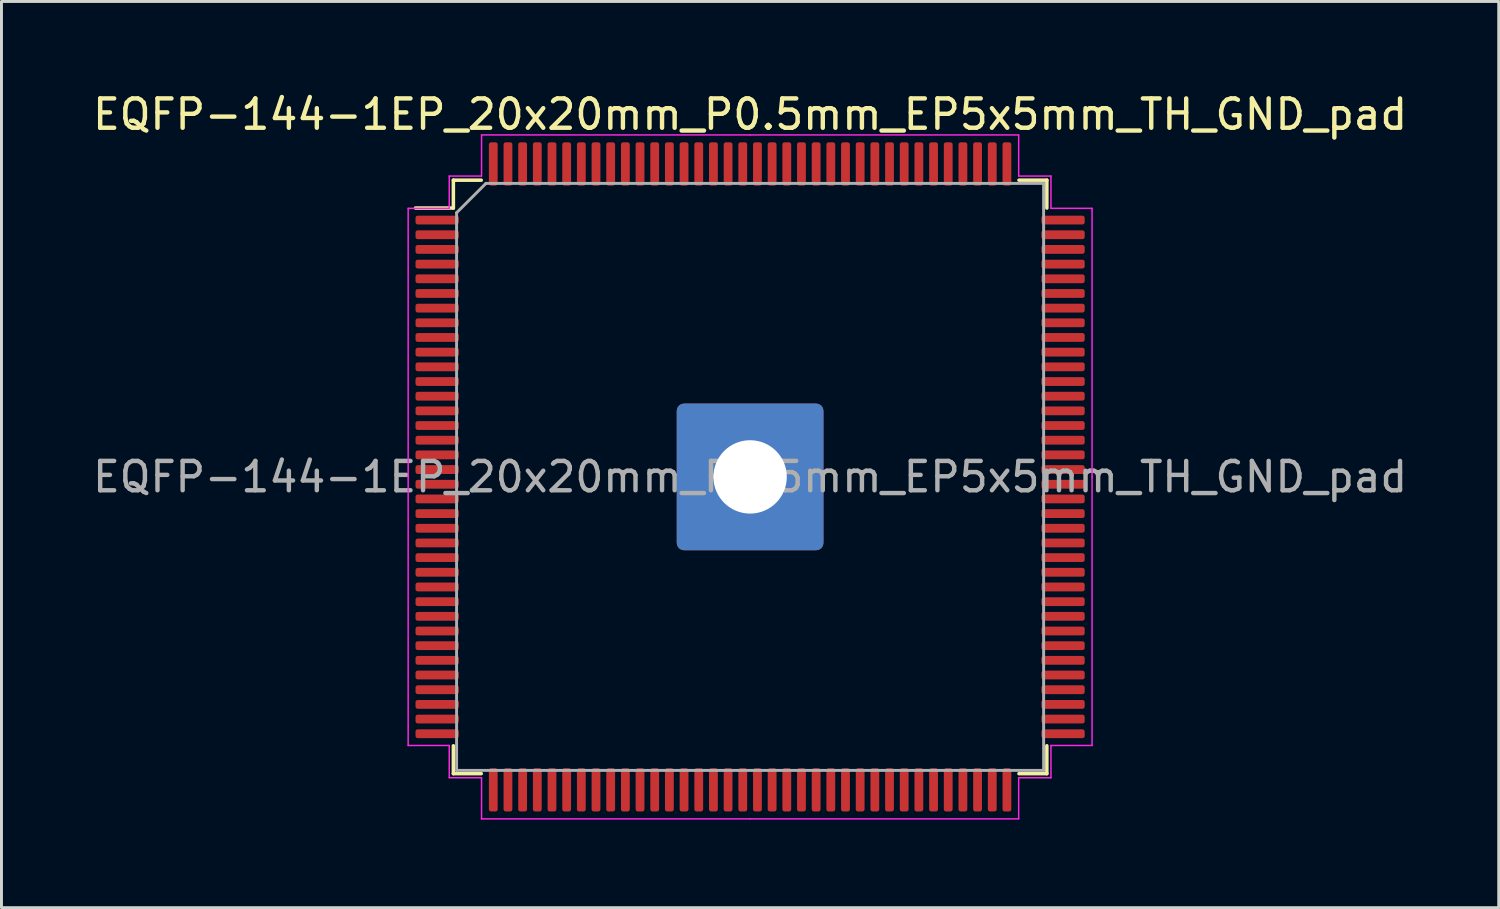
<source format=kicad_pcb>
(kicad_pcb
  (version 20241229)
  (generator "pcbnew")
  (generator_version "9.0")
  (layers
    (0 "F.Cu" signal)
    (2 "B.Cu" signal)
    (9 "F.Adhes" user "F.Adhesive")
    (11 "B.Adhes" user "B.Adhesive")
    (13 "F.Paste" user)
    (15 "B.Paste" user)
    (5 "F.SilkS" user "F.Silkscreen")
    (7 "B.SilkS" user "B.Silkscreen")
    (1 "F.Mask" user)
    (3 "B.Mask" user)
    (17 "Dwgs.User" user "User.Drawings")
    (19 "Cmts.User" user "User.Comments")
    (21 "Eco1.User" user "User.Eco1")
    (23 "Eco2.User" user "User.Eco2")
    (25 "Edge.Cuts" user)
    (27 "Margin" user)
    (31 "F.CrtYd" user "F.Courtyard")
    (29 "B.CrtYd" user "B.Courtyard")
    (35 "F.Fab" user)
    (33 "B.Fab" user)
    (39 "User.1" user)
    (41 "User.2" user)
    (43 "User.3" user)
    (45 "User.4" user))
  (footprint "EQFP-144-1EP_20x20mm_P0.5mm_EP5x5mm_TH_GND_pad"
    (layer "F.Cu")
    (at 22.506 13.198)
    (property "Reference" "EQFP-144-1EP_20x20mm_P0.5mm_EP5x5mm_TH_GND_pad" (at 0 -12.35 0) (layer "F.SilkS") (effects (font (size 1 1) (thickness 0.15))))
    (attr smd)
    (fp_line (start -10.11 -10.11) (end -10.11 -9.16) (stroke (width 0.12) (type solid)) (layer "F.SilkS"))
    (fp_line (start -10.11 -9.16) (end -11.4 -9.16) (stroke (width 0.12) (type solid)) (layer "F.SilkS"))
    (fp_line (start -10.11 10.11) (end -10.11 9.16) (stroke (width 0.12) (type solid)) (layer "F.SilkS"))
    (fp_line (start -9.16 -10.11) (end -10.11 -10.11) (stroke (width 0.12) (type solid)) (layer "F.SilkS"))
    (fp_line (start -9.16 10.11) (end -10.11 10.11) (stroke (width 0.12) (type solid)) (layer "F.SilkS"))
    (fp_line (start 9.16 -10.11) (end 10.11 -10.11) (stroke (width 0.12) (type solid)) (layer "F.SilkS"))
    (fp_line (start 9.16 10.11) (end 10.11 10.11) (stroke (width 0.12) (type solid)) (layer "F.SilkS"))
    (fp_line (start 10.11 -10.11) (end 10.11 -9.16) (stroke (width 0.12) (type solid)) (layer "F.SilkS"))
    (fp_line (start 10.11 10.11) (end 10.11 9.16) (stroke (width 0.12) (type solid)) (layer "F.SilkS"))
    (fp_line (start -11.65 -9.15) (end -11.65 0) (stroke (width 0.05) (type solid)) (layer "F.CrtYd"))
    (fp_line (start -11.65 9.15) (end -11.65 0) (stroke (width 0.05) (type solid)) (layer "F.CrtYd"))
    (fp_line (start -10.25 -10.25) (end -10.25 -9.15) (stroke (width 0.05) (type solid)) (layer "F.CrtYd"))
    (fp_line (start -10.25 -9.15) (end -11.65 -9.15) (stroke (width 0.05) (type solid)) (layer "F.CrtYd"))
    (fp_line (start -10.25 9.15) (end -11.65 9.15) (stroke (width 0.05) (type solid)) (layer "F.CrtYd"))
    (fp_line (start -10.25 10.25) (end -10.25 9.15) (stroke (width 0.05) (type solid)) (layer "F.CrtYd"))
    (fp_line (start -9.15 -11.65) (end -9.15 -10.25) (stroke (width 0.05) (type solid)) (layer "F.CrtYd"))
    (fp_line (start -9.15 -10.25) (end -10.25 -10.25) (stroke (width 0.05) (type solid)) (layer "F.CrtYd"))
    (fp_line (start -9.15 10.25) (end -10.25 10.25) (stroke (width 0.05) (type solid)) (layer "F.CrtYd"))
    (fp_line (start -9.15 11.65) (end -9.15 10.25) (stroke (width 0.05) (type solid)) (layer "F.CrtYd"))
    (fp_line (start 0 -11.65) (end -9.15 -11.65) (stroke (width 0.05) (type solid)) (layer "F.CrtYd"))
    (fp_line (start 0 -11.65) (end 9.15 -11.65) (stroke (width 0.05) (type solid)) (layer "F.CrtYd"))
    (fp_line (start 0 11.65) (end -9.15 11.65) (stroke (width 0.05) (type solid)) (layer "F.CrtYd"))
    (fp_line (start 0 11.65) (end 9.15 11.65) (stroke (width 0.05) (type solid)) (layer "F.CrtYd"))
    (fp_line (start 9.15 -11.65) (end 9.15 -10.25) (stroke (width 0.05) (type solid)) (layer "F.CrtYd"))
    (fp_line (start 9.15 -10.25) (end 10.25 -10.25) (stroke (width 0.05) (type solid)) (layer "F.CrtYd"))
    (fp_line (start 9.15 10.25) (end 10.25 10.25) (stroke (width 0.05) (type solid)) (layer "F.CrtYd"))
    (fp_line (start 9.15 11.65) (end 9.15 10.25) (stroke (width 0.05) (type solid)) (layer "F.CrtYd"))
    (fp_line (start 10.25 -10.25) (end 10.25 -9.15) (stroke (width 0.05) (type solid)) (layer "F.CrtYd"))
    (fp_line (start 10.25 -9.15) (end 11.65 -9.15) (stroke (width 0.05) (type solid)) (layer "F.CrtYd"))
    (fp_line (start 10.25 9.15) (end 11.65 9.15) (stroke (width 0.05) (type solid)) (layer "F.CrtYd"))
    (fp_line (start 10.25 10.25) (end 10.25 9.15) (stroke (width 0.05) (type solid)) (layer "F.CrtYd"))
    (fp_line (start 11.65 -9.15) (end 11.65 0) (stroke (width 0.05) (type solid)) (layer "F.CrtYd"))
    (fp_line (start 11.65 9.15) (end 11.65 0) (stroke (width 0.05) (type solid)) (layer "F.CrtYd"))
    (fp_line (start -10 -9) (end -9 -10) (stroke (width 0.1) (type solid)) (layer "F.Fab"))
    (fp_line (start -10 10) (end -10 -9) (stroke (width 0.1) (type solid)) (layer "F.Fab"))
    (fp_line (start -9 -10) (end 10 -10) (stroke (width 0.1) (type solid)) (layer "F.Fab"))
    (fp_line (start 10 -10) (end 10 10) (stroke (width 0.1) (type solid)) (layer "F.Fab"))
    (fp_line (start 10 10) (end -10 10) (stroke (width 0.1) (type solid)) (layer "F.Fab"))
    (fp_text user "${REFERENCE}" (at 0 0 0) (layer "F.Fab") (effects (font (size 1 1) (thickness 0.15))))
    (pad "" smd roundrect (at -1.875 -1.875) (size 1.01 1.01) (layers "F.Paste") (roundrect_rratio 0.248))
    (pad "" smd roundrect (at -1.875 -0.625) (size 1.01 1.01) (layers "F.Paste") (roundrect_rratio 0.248))
    (pad "" smd roundrect (at -1.875 0.625) (size 1.01 1.01) (layers "F.Paste") (roundrect_rratio 0.248))
    (pad "" smd roundrect (at -1.875 1.875) (size 1.01 1.01) (layers "F.Paste") (roundrect_rratio 0.248))
    (pad "" smd roundrect (at -0.625 -1.875) (size 1.01 1.01) (layers "F.Paste") (roundrect_rratio 0.248))
    (pad "" smd roundrect (at -0.625 -0.625) (size 1.01 1.01) (layers "F.Paste") (roundrect_rratio 0.248))
    (pad "" smd roundrect (at -0.625 0.625) (size 1.01 1.01) (layers "F.Paste") (roundrect_rratio 0.248))
    (pad "" smd roundrect (at -0.625 1.875) (size 1.01 1.01) (layers "F.Paste") (roundrect_rratio 0.248))
    (pad "" smd roundrect (at 0.625 -1.875) (size 1.01 1.01) (layers "F.Paste") (roundrect_rratio 0.248))
    (pad "" smd roundrect (at 0.625 -0.625) (size 1.01 1.01) (layers "F.Paste") (roundrect_rratio 0.248))
    (pad "" smd roundrect (at 0.625 0.625) (size 1.01 1.01) (layers "F.Paste") (roundrect_rratio 0.248))
    (pad "" smd roundrect (at 0.625 1.875) (size 1.01 1.01) (layers "F.Paste") (roundrect_rratio 0.248))
    (pad "" smd roundrect (at 1.875 -1.875) (size 1.01 1.01) (layers "F.Paste") (roundrect_rratio 0.248))
    (pad "" smd roundrect (at 1.875 -0.625) (size 1.01 1.01) (layers "F.Paste") (roundrect_rratio 0.248))
    (pad "" smd roundrect (at 1.875 0.625) (size 1.01 1.01) (layers "F.Paste") (roundrect_rratio 0.248))
    (pad "" smd roundrect (at 1.875 1.875) (size 1.01 1.01) (layers "F.Paste") (roundrect_rratio 0.248))
    (pad "1" smd roundrect (at -10.662 -8.75) (size 1.475 0.3) (layers "F.Cu" "F.Mask" "F.Paste") (roundrect_rratio 0.25))
    (pad "2" smd roundrect (at -10.662 -8.25) (size 1.475 0.3) (layers "F.Cu" "F.Mask" "F.Paste") (roundrect_rratio 0.25))
    (pad "3" smd roundrect (at -10.662 -7.75) (size 1.475 0.3) (layers "F.Cu" "F.Mask" "F.Paste") (roundrect_rratio 0.25))
    (pad "4" smd roundrect (at -10.662 -7.25) (size 1.475 0.3) (layers "F.Cu" "F.Mask" "F.Paste") (roundrect_rratio 0.25))
    (pad "5" smd roundrect (at -10.662 -6.75) (size 1.475 0.3) (layers "F.Cu" "F.Mask" "F.Paste") (roundrect_rratio 0.25))
    (pad "6" smd roundrect (at -10.662 -6.25) (size 1.475 0.3) (layers "F.Cu" "F.Mask" "F.Paste") (roundrect_rratio 0.25))
    (pad "7" smd roundrect (at -10.662 -5.75) (size 1.475 0.3) (layers "F.Cu" "F.Mask" "F.Paste") (roundrect_rratio 0.25))
    (pad "8" smd roundrect (at -10.662 -5.25) (size 1.475 0.3) (layers "F.Cu" "F.Mask" "F.Paste") (roundrect_rratio 0.25))
    (pad "9" smd roundrect (at -10.662 -4.75) (size 1.475 0.3) (layers "F.Cu" "F.Mask" "F.Paste") (roundrect_rratio 0.25))
    (pad "10" smd roundrect (at -10.662 -4.25) (size 1.475 0.3) (layers "F.Cu" "F.Mask" "F.Paste") (roundrect_rratio 0.25))
    (pad "11" smd roundrect (at -10.662 -3.75) (size 1.475 0.3) (layers "F.Cu" "F.Mask" "F.Paste") (roundrect_rratio 0.25))
    (pad "12" smd roundrect (at -10.662 -3.25) (size 1.475 0.3) (layers "F.Cu" "F.Mask" "F.Paste") (roundrect_rratio 0.25))
    (pad "13" smd roundrect (at -10.662 -2.75) (size 1.475 0.3) (layers "F.Cu" "F.Mask" "F.Paste") (roundrect_rratio 0.25))
    (pad "14" smd roundrect (at -10.662 -2.25) (size 1.475 0.3) (layers "F.Cu" "F.Mask" "F.Paste") (roundrect_rratio 0.25))
    (pad "15" smd roundrect (at -10.662 -1.75) (size 1.475 0.3) (layers "F.Cu" "F.Mask" "F.Paste") (roundrect_rratio 0.25))
    (pad "16" smd roundrect (at -10.662 -1.25) (size 1.475 0.3) (layers "F.Cu" "F.Mask" "F.Paste") (roundrect_rratio 0.25))
    (pad "17" smd roundrect (at -10.662 -0.75) (size 1.475 0.3) (layers "F.Cu" "F.Mask" "F.Paste") (roundrect_rratio 0.25))
    (pad "18" smd roundrect (at -10.662 -0.25) (size 1.475 0.3) (layers "F.Cu" "F.Mask" "F.Paste") (roundrect_rratio 0.25))
    (pad "19" smd roundrect (at -10.662 0.25) (size 1.475 0.3) (layers "F.Cu" "F.Mask" "F.Paste") (roundrect_rratio 0.25))
    (pad "20" smd roundrect (at -10.662 0.75) (size 1.475 0.3) (layers "F.Cu" "F.Mask" "F.Paste") (roundrect_rratio 0.25))
    (pad "21" smd roundrect (at -10.662 1.25) (size 1.475 0.3) (layers "F.Cu" "F.Mask" "F.Paste") (roundrect_rratio 0.25))
    (pad "22" smd roundrect (at -10.662 1.75) (size 1.475 0.3) (layers "F.Cu" "F.Mask" "F.Paste") (roundrect_rratio 0.25))
    (pad "23" smd roundrect (at -10.662 2.25) (size 1.475 0.3) (layers "F.Cu" "F.Mask" "F.Paste") (roundrect_rratio 0.25))
    (pad "24" smd roundrect (at -10.662 2.75) (size 1.475 0.3) (layers "F.Cu" "F.Mask" "F.Paste") (roundrect_rratio 0.25))
    (pad "25" smd roundrect (at -10.662 3.25) (size 1.475 0.3) (layers "F.Cu" "F.Mask" "F.Paste") (roundrect_rratio 0.25))
    (pad "26" smd roundrect (at -10.662 3.75) (size 1.475 0.3) (layers "F.Cu" "F.Mask" "F.Paste") (roundrect_rratio 0.25))
    (pad "27" smd roundrect (at -10.662 4.25) (size 1.475 0.3) (layers "F.Cu" "F.Mask" "F.Paste") (roundrect_rratio 0.25))
    (pad "28" smd roundrect (at -10.662 4.75) (size 1.475 0.3) (layers "F.Cu" "F.Mask" "F.Paste") (roundrect_rratio 0.25))
    (pad "29" smd roundrect (at -10.662 5.25) (size 1.475 0.3) (layers "F.Cu" "F.Mask" "F.Paste") (roundrect_rratio 0.25))
    (pad "30" smd roundrect (at -10.662 5.75) (size 1.475 0.3) (layers "F.Cu" "F.Mask" "F.Paste") (roundrect_rratio 0.25))
    (pad "31" smd roundrect (at -10.662 6.25) (size 1.475 0.3) (layers "F.Cu" "F.Mask" "F.Paste") (roundrect_rratio 0.25))
    (pad "32" smd roundrect (at -10.662 6.75) (size 1.475 0.3) (layers "F.Cu" "F.Mask" "F.Paste") (roundrect_rratio 0.25))
    (pad "33" smd roundrect (at -10.662 7.25) (size 1.475 0.3) (layers "F.Cu" "F.Mask" "F.Paste") (roundrect_rratio 0.25))
    (pad "34" smd roundrect (at -10.662 7.75) (size 1.475 0.3) (layers "F.Cu" "F.Mask" "F.Paste") (roundrect_rratio 0.25))
    (pad "35" smd roundrect (at -10.662 8.25) (size 1.475 0.3) (layers "F.Cu" "F.Mask" "F.Paste") (roundrect_rratio 0.25))
    (pad "36" smd roundrect (at -10.662 8.75) (size 1.475 0.3) (layers "F.Cu" "F.Mask" "F.Paste") (roundrect_rratio 0.25))
    (pad "37" smd roundrect (at -8.75 10.662) (size 0.3 1.475) (layers "F.Cu" "F.Mask" "F.Paste") (roundrect_rratio 0.25))
    (pad "38" smd roundrect (at -8.25 10.662) (size 0.3 1.475) (layers "F.Cu" "F.Mask" "F.Paste") (roundrect_rratio 0.25))
    (pad "39" smd roundrect (at -7.75 10.662) (size 0.3 1.475) (layers "F.Cu" "F.Mask" "F.Paste") (roundrect_rratio 0.25))
    (pad "40" smd roundrect (at -7.25 10.662) (size 0.3 1.475) (layers "F.Cu" "F.Mask" "F.Paste") (roundrect_rratio 0.25))
    (pad "41" smd roundrect (at -6.75 10.662) (size 0.3 1.475) (layers "F.Cu" "F.Mask" "F.Paste") (roundrect_rratio 0.25))
    (pad "42" smd roundrect (at -6.25 10.662) (size 0.3 1.475) (layers "F.Cu" "F.Mask" "F.Paste") (roundrect_rratio 0.25))
    (pad "43" smd roundrect (at -5.75 10.662) (size 0.3 1.475) (layers "F.Cu" "F.Mask" "F.Paste") (roundrect_rratio 0.25))
    (pad "44" smd roundrect (at -5.25 10.662) (size 0.3 1.475) (layers "F.Cu" "F.Mask" "F.Paste") (roundrect_rratio 0.25))
    (pad "45" smd roundrect (at -4.75 10.662) (size 0.3 1.475) (layers "F.Cu" "F.Mask" "F.Paste") (roundrect_rratio 0.25))
    (pad "46" smd roundrect (at -4.25 10.662) (size 0.3 1.475) (layers "F.Cu" "F.Mask" "F.Paste") (roundrect_rratio 0.25))
    (pad "47" smd roundrect (at -3.75 10.662) (size 0.3 1.475) (layers "F.Cu" "F.Mask" "F.Paste") (roundrect_rratio 0.25))
    (pad "48" smd roundrect (at -3.25 10.662) (size 0.3 1.475) (layers "F.Cu" "F.Mask" "F.Paste") (roundrect_rratio 0.25))
    (pad "49" smd roundrect (at -2.75 10.662) (size 0.3 1.475) (layers "F.Cu" "F.Mask" "F.Paste") (roundrect_rratio 0.25))
    (pad "50" smd roundrect (at -2.25 10.662) (size 0.3 1.475) (layers "F.Cu" "F.Mask" "F.Paste") (roundrect_rratio 0.25))
    (pad "51" smd roundrect (at -1.75 10.662) (size 0.3 1.475) (layers "F.Cu" "F.Mask" "F.Paste") (roundrect_rratio 0.25))
    (pad "52" smd roundrect (at -1.25 10.662) (size 0.3 1.475) (layers "F.Cu" "F.Mask" "F.Paste") (roundrect_rratio 0.25))
    (pad "53" smd roundrect (at -0.75 10.662) (size 0.3 1.475) (layers "F.Cu" "F.Mask" "F.Paste") (roundrect_rratio 0.25))
    (pad "54" smd roundrect (at -0.25 10.662) (size 0.3 1.475) (layers "F.Cu" "F.Mask" "F.Paste") (roundrect_rratio 0.25))
    (pad "55" smd roundrect (at 0.25 10.662) (size 0.3 1.475) (layers "F.Cu" "F.Mask" "F.Paste") (roundrect_rratio 0.25))
    (pad "56" smd roundrect (at 0.75 10.662) (size 0.3 1.475) (layers "F.Cu" "F.Mask" "F.Paste") (roundrect_rratio 0.25))
    (pad "57" smd roundrect (at 1.25 10.662) (size 0.3 1.475) (layers "F.Cu" "F.Mask" "F.Paste") (roundrect_rratio 0.25))
    (pad "58" smd roundrect (at 1.75 10.662) (size 0.3 1.475) (layers "F.Cu" "F.Mask" "F.Paste") (roundrect_rratio 0.25))
    (pad "59" smd roundrect (at 2.25 10.662) (size 0.3 1.475) (layers "F.Cu" "F.Mask" "F.Paste") (roundrect_rratio 0.25))
    (pad "60" smd roundrect (at 2.75 10.662) (size 0.3 1.475) (layers "F.Cu" "F.Mask" "F.Paste") (roundrect_rratio 0.25))
    (pad "61" smd roundrect (at 3.25 10.662) (size 0.3 1.475) (layers "F.Cu" "F.Mask" "F.Paste") (roundrect_rratio 0.25))
    (pad "62" smd roundrect (at 3.75 10.662) (size 0.3 1.475) (layers "F.Cu" "F.Mask" "F.Paste") (roundrect_rratio 0.25))
    (pad "63" smd roundrect (at 4.25 10.662) (size 0.3 1.475) (layers "F.Cu" "F.Mask" "F.Paste") (roundrect_rratio 0.25))
    (pad "64" smd roundrect (at 4.75 10.662) (size 0.3 1.475) (layers "F.Cu" "F.Mask" "F.Paste") (roundrect_rratio 0.25))
    (pad "65" smd roundrect (at 5.25 10.662) (size 0.3 1.475) (layers "F.Cu" "F.Mask" "F.Paste") (roundrect_rratio 0.25))
    (pad "66" smd roundrect (at 5.75 10.662) (size 0.3 1.475) (layers "F.Cu" "F.Mask" "F.Paste") (roundrect_rratio 0.25))
    (pad "67" smd roundrect (at 6.25 10.662) (size 0.3 1.475) (layers "F.Cu" "F.Mask" "F.Paste") (roundrect_rratio 0.25))
    (pad "68" smd roundrect (at 6.75 10.662) (size 0.3 1.475) (layers "F.Cu" "F.Mask" "F.Paste") (roundrect_rratio 0.25))
    (pad "69" smd roundrect (at 7.25 10.662) (size 0.3 1.475) (layers "F.Cu" "F.Mask" "F.Paste") (roundrect_rratio 0.25))
    (pad "70" smd roundrect (at 7.75 10.662) (size 0.3 1.475) (layers "F.Cu" "F.Mask" "F.Paste") (roundrect_rratio 0.25))
    (pad "71" smd roundrect (at 8.25 10.662) (size 0.3 1.475) (layers "F.Cu" "F.Mask" "F.Paste") (roundrect_rratio 0.25))
    (pad "72" smd roundrect (at 8.75 10.662) (size 0.3 1.475) (layers "F.Cu" "F.Mask" "F.Paste") (roundrect_rratio 0.25))
    (pad "73" smd roundrect (at 10.662 8.75) (size 1.475 0.3) (layers "F.Cu" "F.Mask" "F.Paste") (roundrect_rratio 0.25))
    (pad "74" smd roundrect (at 10.662 8.25) (size 1.475 0.3) (layers "F.Cu" "F.Mask" "F.Paste") (roundrect_rratio 0.25))
    (pad "75" smd roundrect (at 10.662 7.75) (size 1.475 0.3) (layers "F.Cu" "F.Mask" "F.Paste") (roundrect_rratio 0.25))
    (pad "76" smd roundrect (at 10.662 7.25) (size 1.475 0.3) (layers "F.Cu" "F.Mask" "F.Paste") (roundrect_rratio 0.25))
    (pad "77" smd roundrect (at 10.662 6.75) (size 1.475 0.3) (layers "F.Cu" "F.Mask" "F.Paste") (roundrect_rratio 0.25))
    (pad "78" smd roundrect (at 10.662 6.25) (size 1.475 0.3) (layers "F.Cu" "F.Mask" "F.Paste") (roundrect_rratio 0.25))
    (pad "79" smd roundrect (at 10.662 5.75) (size 1.475 0.3) (layers "F.Cu" "F.Mask" "F.Paste") (roundrect_rratio 0.25))
    (pad "80" smd roundrect (at 10.662 5.25) (size 1.475 0.3) (layers "F.Cu" "F.Mask" "F.Paste") (roundrect_rratio 0.25))
    (pad "81" smd roundrect (at 10.662 4.75) (size 1.475 0.3) (layers "F.Cu" "F.Mask" "F.Paste") (roundrect_rratio 0.25))
    (pad "82" smd roundrect (at 10.662 4.25) (size 1.475 0.3) (layers "F.Cu" "F.Mask" "F.Paste") (roundrect_rratio 0.25))
    (pad "83" smd roundrect (at 10.662 3.75) (size 1.475 0.3) (layers "F.Cu" "F.Mask" "F.Paste") (roundrect_rratio 0.25))
    (pad "84" smd roundrect (at 10.662 3.25) (size 1.475 0.3) (layers "F.Cu" "F.Mask" "F.Paste") (roundrect_rratio 0.25))
    (pad "85" smd roundrect (at 10.662 2.75) (size 1.475 0.3) (layers "F.Cu" "F.Mask" "F.Paste") (roundrect_rratio 0.25))
    (pad "86" smd roundrect (at 10.662 2.25) (size 1.475 0.3) (layers "F.Cu" "F.Mask" "F.Paste") (roundrect_rratio 0.25))
    (pad "87" smd roundrect (at 10.662 1.75) (size 1.475 0.3) (layers "F.Cu" "F.Mask" "F.Paste") (roundrect_rratio 0.25))
    (pad "88" smd roundrect (at 10.662 1.25) (size 1.475 0.3) (layers "F.Cu" "F.Mask" "F.Paste") (roundrect_rratio 0.25))
    (pad "89" smd roundrect (at 10.662 0.75) (size 1.475 0.3) (layers "F.Cu" "F.Mask" "F.Paste") (roundrect_rratio 0.25))
    (pad "90" smd roundrect (at 10.662 0.25) (size 1.475 0.3) (layers "F.Cu" "F.Mask" "F.Paste") (roundrect_rratio 0.25))
    (pad "91" smd roundrect (at 10.662 -0.25) (size 1.475 0.3) (layers "F.Cu" "F.Mask" "F.Paste") (roundrect_rratio 0.25))
    (pad "92" smd roundrect (at 10.662 -0.75) (size 1.475 0.3) (layers "F.Cu" "F.Mask" "F.Paste") (roundrect_rratio 0.25))
    (pad "93" smd roundrect (at 10.662 -1.25) (size 1.475 0.3) (layers "F.Cu" "F.Mask" "F.Paste") (roundrect_rratio 0.25))
    (pad "94" smd roundrect (at 10.662 -1.75) (size 1.475 0.3) (layers "F.Cu" "F.Mask" "F.Paste") (roundrect_rratio 0.25))
    (pad "95" smd roundrect (at 10.662 -2.25) (size 1.475 0.3) (layers "F.Cu" "F.Mask" "F.Paste") (roundrect_rratio 0.25))
    (pad "96" smd roundrect (at 10.662 -2.75) (size 1.475 0.3) (layers "F.Cu" "F.Mask" "F.Paste") (roundrect_rratio 0.25))
    (pad "97" smd roundrect (at 10.662 -3.25) (size 1.475 0.3) (layers "F.Cu" "F.Mask" "F.Paste") (roundrect_rratio 0.25))
    (pad "98" smd roundrect (at 10.662 -3.75) (size 1.475 0.3) (layers "F.Cu" "F.Mask" "F.Paste") (roundrect_rratio 0.25))
    (pad "99" smd roundrect (at 10.662 -4.25) (size 1.475 0.3) (layers "F.Cu" "F.Mask" "F.Paste") (roundrect_rratio 0.25))
    (pad "100" smd roundrect (at 10.662 -4.75) (size 1.475 0.3) (layers "F.Cu" "F.Mask" "F.Paste") (roundrect_rratio 0.25))
    (pad "101" smd roundrect (at 10.662 -5.25) (size 1.475 0.3) (layers "F.Cu" "F.Mask" "F.Paste") (roundrect_rratio 0.25))
    (pad "102" smd roundrect (at 10.662 -5.75) (size 1.475 0.3) (layers "F.Cu" "F.Mask" "F.Paste") (roundrect_rratio 0.25))
    (pad "103" smd roundrect (at 10.662 -6.25) (size 1.475 0.3) (layers "F.Cu" "F.Mask" "F.Paste") (roundrect_rratio 0.25))
    (pad "104" smd roundrect (at 10.662 -6.75) (size 1.475 0.3) (layers "F.Cu" "F.Mask" "F.Paste") (roundrect_rratio 0.25))
    (pad "105" smd roundrect (at 10.662 -7.25) (size 1.475 0.3) (layers "F.Cu" "F.Mask" "F.Paste") (roundrect_rratio 0.25))
    (pad "106" smd roundrect (at 10.662 -7.75) (size 1.475 0.3) (layers "F.Cu" "F.Mask" "F.Paste") (roundrect_rratio 0.25))
    (pad "107" smd roundrect (at 10.662 -8.25) (size 1.475 0.3) (layers "F.Cu" "F.Mask" "F.Paste") (roundrect_rratio 0.25))
    (pad "108" smd roundrect (at 10.662 -8.75) (size 1.475 0.3) (layers "F.Cu" "F.Mask" "F.Paste") (roundrect_rratio 0.25))
    (pad "109" smd roundrect (at 8.75 -10.662) (size 0.3 1.475) (layers "F.Cu" "F.Mask" "F.Paste") (roundrect_rratio 0.25))
    (pad "110" smd roundrect (at 8.25 -10.662) (size 0.3 1.475) (layers "F.Cu" "F.Mask" "F.Paste") (roundrect_rratio 0.25))
    (pad "111" smd roundrect (at 7.75 -10.662) (size 0.3 1.475) (layers "F.Cu" "F.Mask" "F.Paste") (roundrect_rratio 0.25))
    (pad "112" smd roundrect (at 7.25 -10.662) (size 0.3 1.475) (layers "F.Cu" "F.Mask" "F.Paste") (roundrect_rratio 0.25))
    (pad "113" smd roundrect (at 6.75 -10.662) (size 0.3 1.475) (layers "F.Cu" "F.Mask" "F.Paste") (roundrect_rratio 0.25))
    (pad "114" smd roundrect (at 6.25 -10.662) (size 0.3 1.475) (layers "F.Cu" "F.Mask" "F.Paste") (roundrect_rratio 0.25))
    (pad "115" smd roundrect (at 5.75 -10.662) (size 0.3 1.475) (layers "F.Cu" "F.Mask" "F.Paste") (roundrect_rratio 0.25))
    (pad "116" smd roundrect (at 5.25 -10.662) (size 0.3 1.475) (layers "F.Cu" "F.Mask" "F.Paste") (roundrect_rratio 0.25))
    (pad "117" smd roundrect (at 4.75 -10.662) (size 0.3 1.475) (layers "F.Cu" "F.Mask" "F.Paste") (roundrect_rratio 0.25))
    (pad "118" smd roundrect (at 4.25 -10.662) (size 0.3 1.475) (layers "F.Cu" "F.Mask" "F.Paste") (roundrect_rratio 0.25))
    (pad "119" smd roundrect (at 3.75 -10.662) (size 0.3 1.475) (layers "F.Cu" "F.Mask" "F.Paste") (roundrect_rratio 0.25))
    (pad "120" smd roundrect (at 3.25 -10.662) (size 0.3 1.475) (layers "F.Cu" "F.Mask" "F.Paste") (roundrect_rratio 0.25))
    (pad "121" smd roundrect (at 2.75 -10.662) (size 0.3 1.475) (layers "F.Cu" "F.Mask" "F.Paste") (roundrect_rratio 0.25))
    (pad "122" smd roundrect (at 2.25 -10.662) (size 0.3 1.475) (layers "F.Cu" "F.Mask" "F.Paste") (roundrect_rratio 0.25))
    (pad "123" smd roundrect (at 1.75 -10.662) (size 0.3 1.475) (layers "F.Cu" "F.Mask" "F.Paste") (roundrect_rratio 0.25))
    (pad "124" smd roundrect (at 1.25 -10.662) (size 0.3 1.475) (layers "F.Cu" "F.Mask" "F.Paste") (roundrect_rratio 0.25))
    (pad "125" smd roundrect (at 0.75 -10.662) (size 0.3 1.475) (layers "F.Cu" "F.Mask" "F.Paste") (roundrect_rratio 0.25))
    (pad "126" smd roundrect (at 0.25 -10.662) (size 0.3 1.475) (layers "F.Cu" "F.Mask" "F.Paste") (roundrect_rratio 0.25))
    (pad "127" smd roundrect (at -0.25 -10.662) (size 0.3 1.475) (layers "F.Cu" "F.Mask" "F.Paste") (roundrect_rratio 0.25))
    (pad "128" smd roundrect (at -0.75 -10.662) (size 0.3 1.475) (layers "F.Cu" "F.Mask" "F.Paste") (roundrect_rratio 0.25))
    (pad "129" smd roundrect (at -1.25 -10.662) (size 0.3 1.475) (layers "F.Cu" "F.Mask" "F.Paste") (roundrect_rratio 0.25))
    (pad "130" smd roundrect (at -1.75 -10.662) (size 0.3 1.475) (layers "F.Cu" "F.Mask" "F.Paste") (roundrect_rratio 0.25))
    (pad "131" smd roundrect (at -2.25 -10.662) (size 0.3 1.475) (layers "F.Cu" "F.Mask" "F.Paste") (roundrect_rratio 0.25))
    (pad "132" smd roundrect (at -2.75 -10.662) (size 0.3 1.475) (layers "F.Cu" "F.Mask" "F.Paste") (roundrect_rratio 0.25))
    (pad "133" smd roundrect (at -3.25 -10.662) (size 0.3 1.475) (layers "F.Cu" "F.Mask" "F.Paste") (roundrect_rratio 0.25))
    (pad "134" smd roundrect (at -3.75 -10.662) (size 0.3 1.475) (layers "F.Cu" "F.Mask" "F.Paste") (roundrect_rratio 0.25))
    (pad "135" smd roundrect (at -4.25 -10.662) (size 0.3 1.475) (layers "F.Cu" "F.Mask" "F.Paste") (roundrect_rratio 0.25))
    (pad "136" smd roundrect (at -4.75 -10.662) (size 0.3 1.475) (layers "F.Cu" "F.Mask" "F.Paste") (roundrect_rratio 0.25))
    (pad "137" smd roundrect (at -5.25 -10.662) (size 0.3 1.475) (layers "F.Cu" "F.Mask" "F.Paste") (roundrect_rratio 0.25))
    (pad "138" smd roundrect (at -5.75 -10.662) (size 0.3 1.475) (layers "F.Cu" "F.Mask" "F.Paste") (roundrect_rratio 0.25))
    (pad "139" smd roundrect (at -6.25 -10.662) (size 0.3 1.475) (layers "F.Cu" "F.Mask" "F.Paste") (roundrect_rratio 0.25))
    (pad "140" smd roundrect (at -6.75 -10.662) (size 0.3 1.475) (layers "F.Cu" "F.Mask" "F.Paste") (roundrect_rratio 0.25))
    (pad "141" smd roundrect (at -7.25 -10.662) (size 0.3 1.475) (layers "F.Cu" "F.Mask" "F.Paste") (roundrect_rratio 0.25))
    (pad "142" smd roundrect (at -7.75 -10.662) (size 0.3 1.475) (layers "F.Cu" "F.Mask" "F.Paste") (roundrect_rratio 0.25))
    (pad "143" smd roundrect (at -8.25 -10.662) (size 0.3 1.475) (layers "F.Cu" "F.Mask" "F.Paste") (roundrect_rratio 0.25))
    (pad "144" smd roundrect (at -8.75 -10.662) (size 0.3 1.475) (layers "F.Cu" "F.Mask" "F.Paste") (roundrect_rratio 0.25))
    (pad "145" thru_hole roundrect (at 0 0) (size 5 5) (drill 2.5) (layers "*.Cu" "*.Mask") (roundrect_rratio 0.05)))
  (gr_rect
    (start -3 -3)
    (end 48.012 27.873)
    (stroke (width 0.1) (type default))
    (fill no)
    (layer "Edge.Cuts")))
</source>
